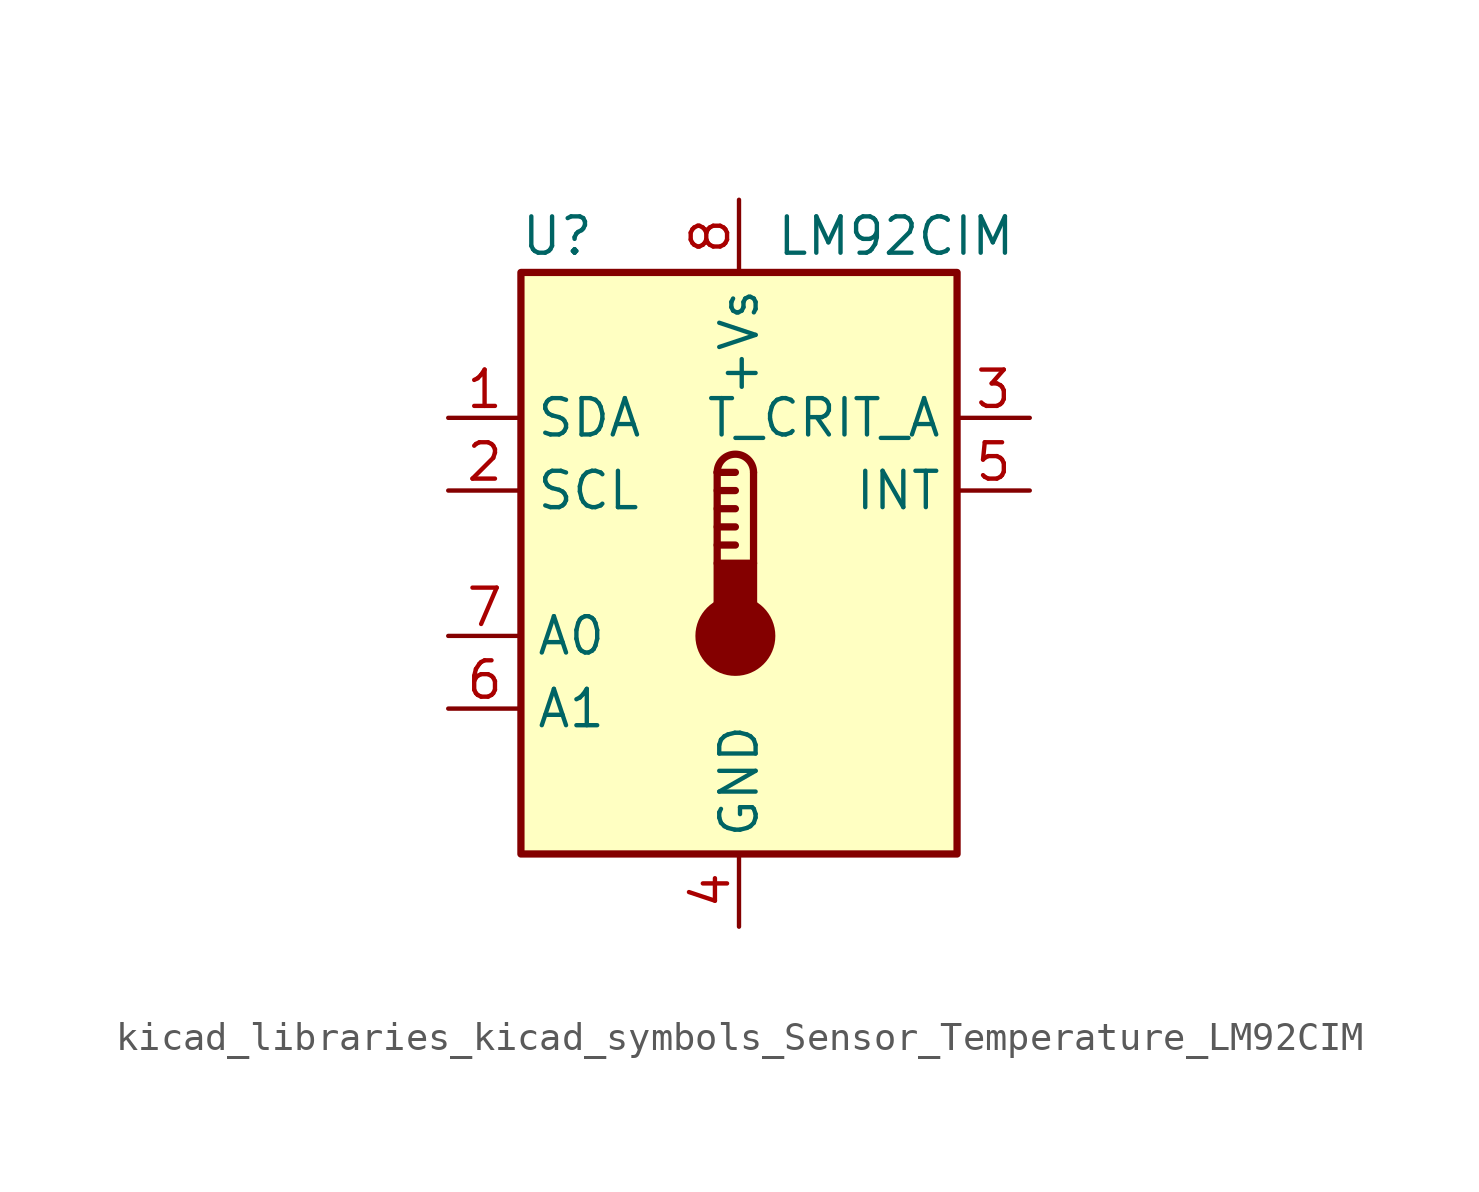
<source format=kicad_sym>
(kicad_symbol_lib
  (version 20220914)
  (generator kicad_symbol_editor)
  (symbol "kicad_libraries_kicad_symbols_Sensor_Temperature_LM92CIM"
    (property "Reference" "U"
      (at -6.35 11.43 0)
      (effects (font (size 1.27 1.27))))
    (property "Value" "LM92CIM"
      (at 1.27 11.43 0)
      (effects (font (size 1.27 1.27)) (justify left)))
    (symbol "kicad_libraries_kicad_symbols_Sensor_Temperature_LM92CIM_0_1"
      (rectangle (start -7.62 10.16) (end 7.62 -10.16) (stroke (width 0.254) (type default)) (fill (type background)))
      (circle (center -0.127 -2.54) (radius 1.27) (stroke (width 0.254) (type default)) (fill (type outline)))
      (polyline (pts (xy -0.762 0.635) (xy -0.127 0.635)) (stroke (width 0.254) (type default)) (fill (type none)))
      (polyline (pts (xy -0.762 1.27) (xy -0.127 1.27)) (stroke (width 0.254) (type default)) (fill (type none)))
      (polyline (pts (xy -0.762 1.905) (xy -0.127 1.905)) (stroke (width 0.254) (type default)) (fill (type none)))
      (polyline (pts (xy -0.762 2.54) (xy -0.127 2.54)) (stroke (width 0.254) (type default)) (fill (type none)))
      (polyline (pts (xy -0.762 3.175) (xy -0.762 0)) (stroke (width 0.254) (type default)) (fill (type none)))
      (polyline (pts (xy -0.762 3.175) (xy -0.127 3.175)) (stroke (width 0.254) (type default)) (fill (type none)))
      (polyline (pts (xy 0.508 3.175) (xy 0.508 0)) (stroke (width 0.254) (type default)) (fill (type none)))
      (rectangle (start 0.508 -1.905) (end -0.762 0) (stroke (width 0.254) (type default)) (fill (type outline)))
      (arc (start 0.508 3.175) (mid -0.127 3.8073) (end -0.762 3.175) (stroke (width 0.254) (type default)) (fill (type none))))
    (symbol "kicad_libraries_kicad_symbols_Sensor_Temperature_LM92CIM_1_1"
      (pin bidirectional line (at -10.16 5.08 0) (length 2.54) (name "SDA" (effects (font (size 1.27 1.27)))) (number "1" (effects (font (size 1.27 1.27)))))
      (pin input line (at -10.16 2.54 0) (length 2.54) (name "SCL" (effects (font (size 1.27 1.27)))) (number "2" (effects (font (size 1.27 1.27)))))
      (pin open_collector line (at 10.16 5.08 180) (length 2.54) (name "T_CRIT_A" (effects (font (size 1.27 1.27)))) (number "3" (effects (font (size 1.27 1.27)))))
      (pin power_in line (at 0 -12.7 90) (length 2.54) (name "GND" (effects (font (size 1.27 1.27)))) (number "4" (effects (font (size 1.27 1.27)))))
      (pin open_collector line (at 10.16 2.54 180) (length 2.54) (name "INT" (effects (font (size 1.27 1.27)))) (number "5" (effects (font (size 1.27 1.27)))))
      (pin input line (at -10.16 -5.08 0) (length 2.54) (name "A1" (effects (font (size 1.27 1.27)))) (number "6" (effects (font (size 1.27 1.27)))))
      (pin input line (at -10.16 -2.54 0) (length 2.54) (name "A0" (effects (font (size 1.27 1.27)))) (number "7" (effects (font (size 1.27 1.27)))))
      (pin power_in line (at 0 12.7 270) (length 2.54) (name "+Vs" (effects (font (size 1.27 1.27)))) (number "8" (effects (font (size 1.27 1.27))))))))
</source>
